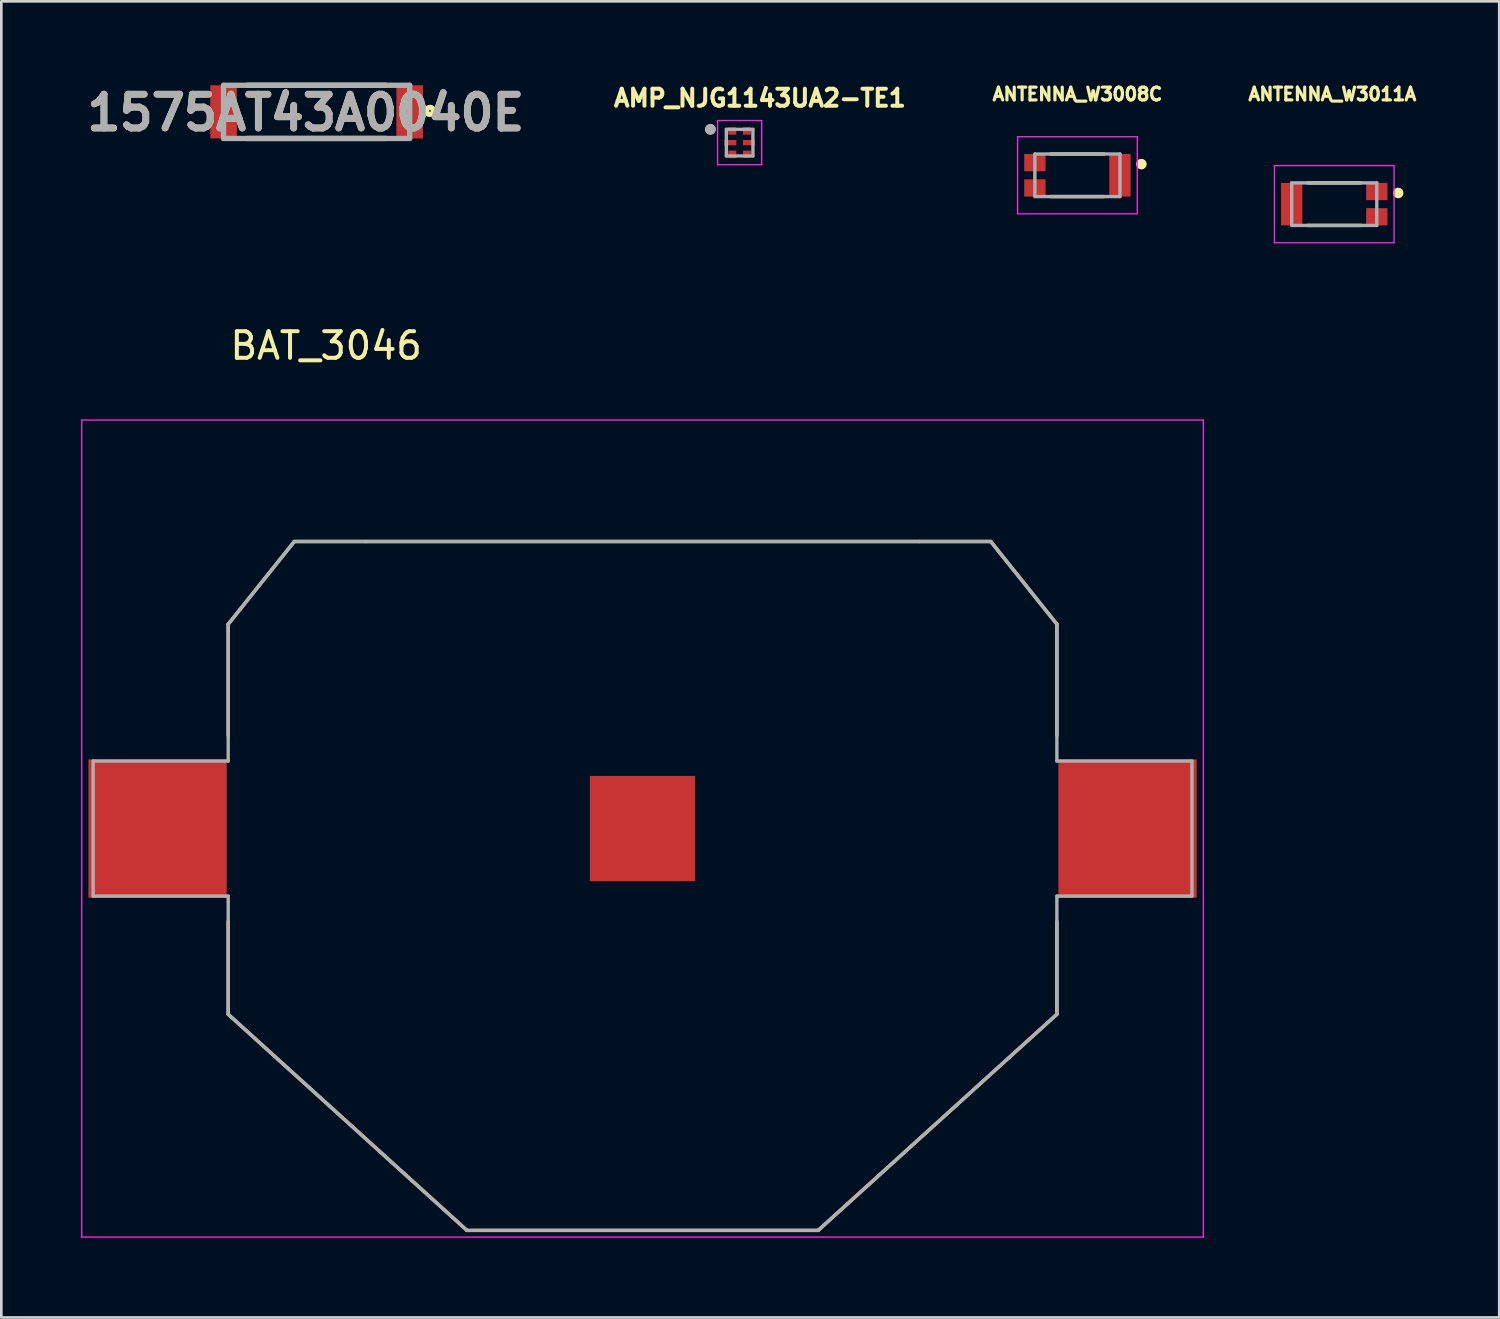
<source format=kicad_pcb>
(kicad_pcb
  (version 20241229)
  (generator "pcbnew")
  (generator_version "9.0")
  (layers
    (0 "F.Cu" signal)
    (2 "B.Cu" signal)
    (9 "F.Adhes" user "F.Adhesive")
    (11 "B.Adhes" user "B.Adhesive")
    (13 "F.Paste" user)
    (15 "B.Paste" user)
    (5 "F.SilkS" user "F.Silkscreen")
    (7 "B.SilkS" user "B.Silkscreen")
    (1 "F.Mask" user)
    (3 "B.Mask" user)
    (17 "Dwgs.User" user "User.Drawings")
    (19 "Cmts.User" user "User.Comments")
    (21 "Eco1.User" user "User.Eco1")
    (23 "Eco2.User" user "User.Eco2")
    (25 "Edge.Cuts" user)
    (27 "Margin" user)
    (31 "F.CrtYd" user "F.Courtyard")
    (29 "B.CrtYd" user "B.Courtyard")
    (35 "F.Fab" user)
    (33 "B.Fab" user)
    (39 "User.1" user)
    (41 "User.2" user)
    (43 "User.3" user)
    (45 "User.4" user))
  (footprint "ANTENNA_W3011A"
    (layer "F.Cu")
    (at 47.129 4.628)
    (property "Reference" "ANTENNA_W3011A" (at -0.071 -4.137 0) (layer "F.SilkS") (effects (font (size 0.48 0.48) (thickness 0.15))))
    (attr smd)
    (fp_line (start -1 -0.8) (end 1 -0.8) (stroke (width 0.127) (type solid)) (layer "F.SilkS"))
    (fp_line (start -1 0.8) (end 1 0.8) (stroke (width 0.127) (type solid)) (layer "F.SilkS"))
    (fp_circle (center 2.405 -0.42) (end 2.505 -0.42) (stroke (width 0.2) (type solid)) (fill no) (layer "F.SilkS"))
    (fp_line (start -2.25 -1.45) (end -2.25 1.45) (stroke (width 0.05) (type solid)) (layer "F.CrtYd"))
    (fp_line (start -2.25 1.45) (end 2.25 1.45) (stroke (width 0.05) (type solid)) (layer "F.CrtYd"))
    (fp_line (start 2.25 -1.45) (end -2.25 -1.45) (stroke (width 0.05) (type solid)) (layer "F.CrtYd"))
    (fp_line (start 2.25 1.45) (end 2.25 -1.45) (stroke (width 0.05) (type solid)) (layer "F.CrtYd"))
    (fp_line (start -1.6 -0.8) (end 1.6 -0.8) (stroke (width 0.127) (type solid)) (layer "F.Fab"))
    (fp_line (start -1.6 0.8) (end -1.6 -0.8) (stroke (width 0.127) (type solid)) (layer "F.Fab"))
    (fp_line (start 1.6 -0.8) (end 1.6 0.8) (stroke (width 0.127) (type solid)) (layer "F.Fab"))
    (fp_line (start 1.6 0.8) (end -1.6 0.8) (stroke (width 0.127) (type solid)) (layer "F.Fab"))
    (pad "FEED" smd rect (at 1.6 -0.475 90) (size 0.65 0.8) (layers "F.Cu" "F.Mask" "F.Paste"))
    (pad "G1" smd rect (at 1.6 0.475 90) (size 0.65 0.8) (layers "F.Cu" "F.Mask" "F.Paste"))
    (pad "G2" smd rect (at -1.6 0 90) (size 1.6 0.8) (layers "F.Cu" "F.Mask" "F.Paste")))
  (footprint "AMP_NJG1143UA2-TE1"
    (layer "F.Cu")
    (at 24.767 2.314)
    (property "Reference" "AMP_NJG1143UA2-TE1" (at 0.762 -1.676 0) (layer "F.SilkS") (effects (font (size 0.64 0.64) (thickness 0.15))))
    (attr smd)
    (fp_circle (center -1.1 -0.5) (end -1 -0.5) (stroke (width 0.2) (type solid)) (fill no) (layer "F.SilkS"))
    (fp_line (start -0.83 -0.83) (end 0.83 -0.83) (stroke (width 0.05) (type solid)) (layer "F.CrtYd"))
    (fp_line (start -0.83 0.83) (end -0.83 -0.83) (stroke (width 0.05) (type solid)) (layer "F.CrtYd"))
    (fp_line (start 0.83 -0.83) (end 0.83 0.83) (stroke (width 0.05) (type solid)) (layer "F.CrtYd"))
    (fp_line (start 0.83 0.83) (end -0.83 0.83) (stroke (width 0.05) (type solid)) (layer "F.CrtYd"))
    (fp_line (start -0.5 -0.5) (end 0.5 -0.5) (stroke (width 0.127) (type solid)) (layer "F.Fab"))
    (fp_line (start -0.5 0.5) (end -0.5 -0.5) (stroke (width 0.127) (type solid)) (layer "F.Fab"))
    (fp_line (start 0.5 -0.5) (end 0.5 0.5) (stroke (width 0.127) (type solid)) (layer "F.Fab"))
    (fp_line (start 0.5 0.5) (end -0.5 0.5) (stroke (width 0.127) (type solid)) (layer "F.Fab"))
    (fp_circle (center -1.1 -0.5) (end -1 -0.5) (stroke (width 0.2) (type solid)) (fill no) (layer "F.Fab"))
    (pad "1" smd rect (at -0.275 -0.44) (size 0.3 0.28) (layers "F.Cu" "F.Mask" "F.Paste"))
    (pad "2" smd rect (at -0.352 0) (size 0.455 0.2) (layers "F.Cu" "F.Mask" "F.Paste"))
    (pad "3" smd rect (at -0.275 0.44) (size 0.3 0.28) (layers "F.Cu" "F.Mask" "F.Paste"))
    (pad "4" smd rect (at 0.275 0.44) (size 0.3 0.28) (layers "F.Cu" "F.Mask" "F.Paste"))
    (pad "5" smd rect (at 0.352 0) (size 0.455 0.2) (layers "F.Cu" "F.Mask" "F.Paste"))
    (pad "6" smd rect (at 0.275 -0.44) (size 0.3 0.28) (layers "F.Cu" "F.Mask" "F.Paste")))
  (footprint "ANTENNA_W3008C"
    (layer "F.Cu")
    (at 37.471 3.542)
    (property "Reference" "ANTENNA_W3008C" (at 0 -3.05 0) (layer "F.SilkS") (effects (font (size 0.48 0.48) (thickness 0.15))))
    (attr smd)
    (fp_line (start -1 -0.8) (end 1 -0.8) (stroke (width 0.127) (type solid)) (layer "F.SilkS"))
    (fp_line (start -1 0.8) (end 1 0.8) (stroke (width 0.127) (type solid)) (layer "F.SilkS"))
    (fp_circle (center 2.405 -0.42) (end 2.505 -0.42) (stroke (width 0.2) (type solid)) (fill no) (layer "F.SilkS"))
    (fp_line (start -2.25 -1.45) (end -2.25 1.45) (stroke (width 0.05) (type solid)) (layer "F.CrtYd"))
    (fp_line (start -2.25 1.45) (end 2.25 1.45) (stroke (width 0.05) (type solid)) (layer "F.CrtYd"))
    (fp_line (start 2.25 -1.45) (end -2.25 -1.45) (stroke (width 0.05) (type solid)) (layer "F.CrtYd"))
    (fp_line (start 2.25 1.45) (end 2.25 -1.45) (stroke (width 0.05) (type solid)) (layer "F.CrtYd"))
    (fp_line (start -1.6 -0.8) (end 1.6 -0.8) (stroke (width 0.127) (type solid)) (layer "F.Fab"))
    (fp_line (start -1.6 0.8) (end -1.6 -0.8) (stroke (width 0.127) (type solid)) (layer "F.Fab"))
    (fp_line (start 1.6 -0.8) (end 1.6 0.8) (stroke (width 0.127) (type solid)) (layer "F.Fab"))
    (fp_line (start 1.6 0.8) (end -1.6 0.8) (stroke (width 0.127) (type solid)) (layer "F.Fab"))
    (pad "FEED" smd rect (at -1.6 -0.475 270) (size 0.65 0.8) (layers "F.Cu" "F.Mask" "F.Paste"))
    (pad "G1" smd rect (at -1.6 0.475 270) (size 0.65 0.8) (layers "F.Cu" "F.Mask" "F.Paste"))
    (pad "G2" smd rect (at 1.6 0 270) (size 1.6 0.8) (layers "F.Cu" "F.Mask" "F.Paste")))
  (footprint "BAT_3046"
    (layer "F.Cu")
    (at 21.115 28.111)
    (property "Reference" "BAT_3046" (at -11.9 -18.159 0) (layer "F.SilkS") (effects (font (size 1 1) (thickness 0.15))))
    (attr smd)
    (fp_line (start -15.583 -7.685) (end -13.097 -10.795) (stroke (width 0.127) (type solid)) (layer "F.SilkS"))
    (fp_line (start -15.583 -3.5) (end -15.583 -7.685) (stroke (width 0.127) (type solid)) (layer "F.SilkS"))
    (fp_line (start -15.583 3.5) (end -15.583 6.985) (stroke (width 0.127) (type solid)) (layer "F.SilkS"))
    (fp_line (start -15.583 6.985) (end -6.604 15.113) (stroke (width 0.127) (type solid)) (layer "F.SilkS"))
    (fp_line (start -13.097 -10.795) (end 13.097 -10.795) (stroke (width 0.127) (type solid)) (layer "F.SilkS"))
    (fp_line (start -6.604 15.113) (end 6.604 15.113) (stroke (width 0.127) (type solid)) (layer "F.SilkS"))
    (fp_line (start 6.604 15.113) (end 15.583 6.985) (stroke (width 0.127) (type solid)) (layer "F.SilkS"))
    (fp_line (start 15.583 -7.685) (end 13.097 -10.795) (stroke (width 0.127) (type solid)) (layer "F.SilkS"))
    (fp_line (start 15.583 -3.5) (end 15.583 -7.685) (stroke (width 0.127) (type solid)) (layer "F.SilkS"))
    (fp_line (start 15.583 6.985) (end 15.583 3.5) (stroke (width 0.127) (type solid)) (layer "F.SilkS"))
    (fp_line (start -21.09 -15.363) (end -21.09 15.363) (stroke (width 0.05) (type solid)) (layer "F.CrtYd"))
    (fp_line (start -21.09 15.363) (end 21.09 15.363) (stroke (width 0.05) (type solid)) (layer "F.CrtYd"))
    (fp_line (start 21.09 -15.363) (end -21.09 -15.363) (stroke (width 0.05) (type solid)) (layer "F.CrtYd"))
    (fp_line (start 21.09 15.363) (end 21.09 -15.363) (stroke (width 0.05) (type solid)) (layer "F.CrtYd"))
    (fp_line (start -20.663 -2.54) (end -15.583 -2.54) (stroke (width 0.127) (type solid)) (layer "F.Fab"))
    (fp_line (start -20.663 2.54) (end -20.663 -2.54) (stroke (width 0.127) (type solid)) (layer "F.Fab"))
    (fp_line (start -20.663 2.54) (end -15.583 2.54) (stroke (width 0.127) (type solid)) (layer "F.Fab"))
    (fp_line (start -15.583 -7.685) (end -13.097 -10.795) (stroke (width 0.127) (type solid)) (layer "F.Fab"))
    (fp_line (start -15.583 -2.54) (end -15.583 -7.685) (stroke (width 0.127) (type solid)) (layer "F.Fab"))
    (fp_line (start -15.583 2.54) (end -15.583 6.985) (stroke (width 0.127) (type solid)) (layer "F.Fab"))
    (fp_line (start -15.583 6.985) (end -6.604 15.113) (stroke (width 0.127) (type solid)) (layer "F.Fab"))
    (fp_line (start -13.097 -10.795) (end -10.415 -10.795) (stroke (width 0.127) (type solid)) (layer "F.Fab"))
    (fp_line (start -10.415 -10.795) (end 10.415 -10.795) (stroke (width 0.127) (type solid)) (layer "F.Fab"))
    (fp_line (start -6.604 15.113) (end 6.604 15.113) (stroke (width 0.127) (type solid)) (layer "F.Fab"))
    (fp_line (start 6.604 15.113) (end 15.583 6.985) (stroke (width 0.127) (type solid)) (layer "F.Fab"))
    (fp_line (start 13.097 -10.795) (end 10.415 -10.795) (stroke (width 0.127) (type solid)) (layer "F.Fab"))
    (fp_line (start 15.583 -7.685) (end 13.097 -10.795) (stroke (width 0.127) (type solid)) (layer "F.Fab"))
    (fp_line (start 15.583 -2.54) (end 15.583 -7.685) (stroke (width 0.127) (type solid)) (layer "F.Fab"))
    (fp_line (start 15.583 2.54) (end 20.663 2.54) (stroke (width 0.127) (type solid)) (layer "F.Fab"))
    (fp_line (start 15.583 6.985) (end 15.583 2.54) (stroke (width 0.127) (type solid)) (layer "F.Fab"))
    (fp_line (start 20.663 -2.54) (end 15.583 -2.54) (stroke (width 0.127) (type solid)) (layer "F.Fab"))
    (fp_line (start 20.663 2.54) (end 20.663 -2.54) (stroke (width 0.127) (type solid)) (layer "F.Fab"))
    (pad "N" smd rect (at 0 0) (size 3.96 3.96) (layers "F.Cu" "F.Mask"))
    (pad "P1" smd rect (at -18.24 0) (size 5.2 5.2) (layers "F.Cu" "F.Mask" "F.Paste"))
    (pad "P2" smd rect (at 18.24 0) (size 5.2 5.2) (layers "F.Cu" "F.Mask" "F.Paste")))
  (footprint "1575AT43A0040E"
    (layer "F.Cu")
    (at 8.858 1.157)
    (property "Reference" "1575AT43A0040E" (at -0.409 0.032 0) (layer "F.SilkS") (effects (font (size 1.27 1.27) (thickness 0.254))))
    (attr smd)
    (fp_line (start -2.6 -1) (end 2.6 -1) (stroke (width 0.2) (type solid)) (layer "F.SilkS"))
    (fp_line (start -2.6 1) (end 2.6 1) (stroke (width 0.2) (type solid)) (layer "F.SilkS"))
    (fp_circle (center 4.263 -0.037) (end 4.263 -0.004) (stroke (width 0.2) (type solid)) (fill no) (layer "F.SilkS"))
    (fp_line (start -3.5 -1) (end 3.5 -1) (stroke (width 0.2) (type solid)) (layer "F.Fab"))
    (fp_line (start -3.5 1) (end -3.5 -1) (stroke (width 0.2) (type solid)) (layer "F.Fab"))
    (fp_line (start 3.5 -1) (end 3.5 1) (stroke (width 0.2) (type solid)) (layer "F.Fab"))
    (fp_line (start 3.5 1) (end -3.5 1) (stroke (width 0.2) (type solid)) (layer "F.Fab"))
    (fp_text user "${REFERENCE}" (at -0.409 0.032 0) (layer "F.Fab") (effects (font (size 1.27 1.27) (thickness 0.254))))
    (pad "1" smd rect (at 3.5 0) (size 1 2) (layers "F.Cu" "F.Mask" "F.Paste"))
    (pad "2" smd rect (at -3.5 0) (size 1 2) (layers "F.Cu" "F.Mask" "F.Paste")))
  (gr_rect
    (start -3 -3)
    (end 53.334 46.499)
    (stroke (width 0.1) (type default))
    (fill no)
    (layer "Edge.Cuts")))
</source>
